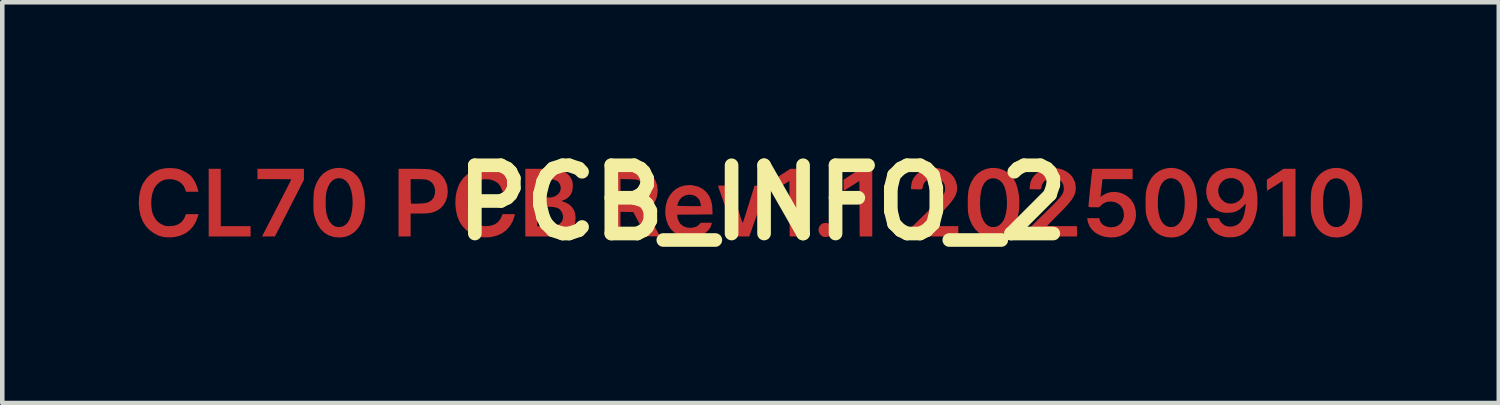
<source format=kicad_pcb>
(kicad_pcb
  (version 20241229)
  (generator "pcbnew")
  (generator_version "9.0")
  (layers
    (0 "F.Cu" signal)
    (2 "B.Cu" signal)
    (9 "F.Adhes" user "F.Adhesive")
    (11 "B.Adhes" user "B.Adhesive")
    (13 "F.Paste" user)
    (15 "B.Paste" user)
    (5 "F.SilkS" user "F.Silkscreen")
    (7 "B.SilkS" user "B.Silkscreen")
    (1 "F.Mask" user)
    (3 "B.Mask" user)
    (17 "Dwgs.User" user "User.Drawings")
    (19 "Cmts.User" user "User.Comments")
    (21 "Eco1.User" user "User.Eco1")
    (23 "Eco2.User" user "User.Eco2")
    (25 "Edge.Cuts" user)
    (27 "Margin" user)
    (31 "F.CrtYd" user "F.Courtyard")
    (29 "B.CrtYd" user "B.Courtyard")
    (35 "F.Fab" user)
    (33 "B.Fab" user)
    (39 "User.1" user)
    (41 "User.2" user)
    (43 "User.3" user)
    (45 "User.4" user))
  (footprint "PCB_INFO_2"
    (layer "F.Cu")
    (at 13.708 1.404)
    (property "Reference" "PCB_INFO_2" (at 0 0 0) (layer "F.SilkS") (effects (font (size 1.5 1.5) (thickness 0.3))))
    (attr board_only exclude_from_pos_files exclude_from_bom)
    (fp_poly (pts (xy -11.906 -0.113) (xy -11.906 0.517) (xy -11.578 0.517) (xy -11.25 0.517) (xy -11.25 0.63) (xy -11.25 0.744) (xy -11.71 0.744) (xy -12.171 0.744) (xy -12.171 -0.000001) (xy -12.171 -0.744) (xy -12.038 -0.744) (xy -11.906 -0.744)) (stroke (width 0) (type solid)) (fill yes) (layers "F.Cu" "F.Mask"))
    (fp_poly (pts (xy 1.411 0.445) (xy 1.465 0.464) (xy 1.509 0.501) (xy 1.537 0.549) (xy 1.544 0.593) (xy 1.534 0.659) (xy 1.505 0.709) (xy 1.459 0.742) (xy 1.398 0.756) (xy 1.387 0.756) (xy 1.345 0.753) (xy 1.313 0.738) (xy 1.284 0.715) (xy 1.248 0.667) (xy 1.232 0.615) (xy 1.236 0.562) (xy 1.257 0.514) (xy 1.292 0.475) (xy 1.34 0.451) (xy 1.399 0.444)) (stroke (width 0) (type solid)) (fill yes) (layers "F.Cu" "F.Mask"))
    (fp_poly (pts (xy 0.876 -0.000001) (xy 0.876 0.744) (xy 0.738 0.744) (xy 0.599 0.744) (xy 0.596 0.133) (xy 0.592 -0.477) (xy 0.426 -0.371) (xy 0.369 -0.335) (xy 0.319 -0.304) (xy 0.281 -0.28) (xy 0.258 -0.267) (xy 0.253 -0.265) (xy 0.25 -0.276) (xy 0.247 -0.308) (xy 0.246 -0.354) (xy 0.246 -0.385) (xy 0.246 -0.505) (xy 0.429 -0.624) (xy 0.613 -0.744) (xy 0.744 -0.744) (xy 0.876 -0.744)) (stroke (width 0) (type solid)) (fill yes) (layers "F.Cu" "F.Mask"))
    (fp_poly (pts (xy 2.414 -0.000001) (xy 2.414 0.744) (xy 2.275 0.744) (xy 2.137 0.744) (xy 2.134 0.133) (xy 2.13 -0.477) (xy 1.964 -0.371) (xy 1.907 -0.335) (xy 1.857 -0.304) (xy 1.819 -0.28) (xy 1.796 -0.267) (xy 1.791 -0.265) (xy 1.788 -0.276) (xy 1.785 -0.308) (xy 1.784 -0.354) (xy 1.784 -0.385) (xy 1.784 -0.505) (xy 1.967 -0.624) (xy 2.15 -0.744) (xy 2.282 -0.744) (xy 2.414 -0.744)) (stroke (width 0) (type solid)) (fill yes) (layers "F.Cu" "F.Mask"))
    (fp_poly (pts (xy 11.717 -0.000001) (xy 11.717 0.744) (xy 11.578 0.744) (xy 11.44 0.744) (xy 11.436 0.133) (xy 11.433 -0.477) (xy 11.267 -0.371) (xy 11.21 -0.335) (xy 11.16 -0.304) (xy 11.122 -0.28) (xy 11.098 -0.267) (xy 11.094 -0.265) (xy 11.091 -0.276) (xy 11.088 -0.308) (xy 11.087 -0.354) (xy 11.087 -0.385) (xy 11.087 -0.505) (xy 11.27 -0.624) (xy 11.453 -0.744) (xy 11.585 -0.744) (xy 11.717 -0.744)) (stroke (width 0) (type solid)) (fill yes) (layers "F.Cu" "F.Mask"))
    (fp_poly (pts (xy -10.078 -0.623) (xy -10.078 -0.503) (xy -10.396 0.12) (xy -10.715 0.743) (xy -10.857 0.743) (xy -10.999 0.744) (xy -10.981 0.709) (xy -10.972 0.691) (xy -10.953 0.654) (xy -10.924 0.598) (xy -10.887 0.526) (xy -10.843 0.441) (xy -10.794 0.345) (xy -10.739 0.24) (xy -10.682 0.128) (xy -10.659 0.085) (xy -10.601 -0.028) (xy -10.547 -0.134) (xy -10.497 -0.231) (xy -10.453 -0.317) (xy -10.416 -0.39) (xy -10.387 -0.447) (xy -10.367 -0.488) (xy -10.356 -0.508) (xy -10.355 -0.511) (xy -10.367 -0.512) (xy -10.402 -0.514) (xy -10.455 -0.515) (xy -10.524 -0.516) (xy -10.606 -0.516) (xy -10.697 -0.517) (xy -10.727 -0.517) (xy -11.099 -0.517) (xy -11.099 -0.63) (xy -11.099 -0.744) (xy -10.589 -0.744) (xy -10.078 -0.744)) (stroke (width 0) (type solid)) (fill yes) (layers "F.Cu" "F.Mask"))
    (fp_poly (pts (xy -0.837 -0.375) (xy -0.696 -0.372) (xy -0.569 0.041) (xy -0.539 0.137) (xy -0.511 0.225) (xy -0.486 0.302) (xy -0.465 0.365) (xy -0.448 0.411) (xy -0.437 0.438) (xy -0.433 0.444) (xy -0.427 0.43) (xy -0.415 0.395) (xy -0.398 0.342) (xy -0.375 0.273) (xy -0.349 0.191) (xy -0.321 0.1) (xy -0.299 0.032) (xy -0.174 -0.372) (xy -0.037 -0.372) (xy 0.025 -0.371) (xy 0.065 -0.369) (xy 0.087 -0.366) (xy 0.097 -0.359) (xy 0.097 -0.353) (xy 0.092 -0.337) (xy 0.08 -0.301) (xy 0.061 -0.245) (xy 0.036 -0.173) (xy 0.006 -0.088) (xy -0.029 0.009) (xy -0.066 0.115) (xy -0.098 0.205) (xy -0.29 0.744) (xy -0.436 0.744) (xy -0.583 0.744) (xy -0.78 0.192) (xy -0.82 0.079) (xy -0.857 -0.026) (xy -0.891 -0.121) (xy -0.92 -0.204) (xy -0.944 -0.273) (xy -0.962 -0.325) (xy -0.974 -0.358) (xy -0.977 -0.37) (xy -0.965 -0.373) (xy -0.933 -0.375) (xy -0.886 -0.376)) (stroke (width 0) (type solid)) (fill yes) (layers "F.Cu" "F.Mask"))
    (fp_poly (pts (xy -7.594 -0.743) (xy -7.508 -0.742) (xy -7.431 -0.74) (xy -7.367 -0.737) (xy -7.322 -0.733) (xy -7.303 -0.731) (xy -7.197 -0.699) (xy -7.105 -0.648) (xy -7.03 -0.578) (xy -6.973 -0.491) (xy -6.934 -0.388) (xy -6.924 -0.342) (xy -6.916 -0.233) (xy -6.929 -0.128) (xy -6.961 -0.031) (xy -7.011 0.055) (xy -7.078 0.126) (xy -7.141 0.169) (xy -7.192 0.194) (xy -7.243 0.213) (xy -7.297 0.226) (xy -7.362 0.234) (xy -7.441 0.238) (xy -7.535 0.239) (xy -7.733 0.24) (xy -7.733 0.492) (xy -7.733 0.744) (xy -7.866 0.744) (xy -7.998 0.744) (xy -7.998 -0.000001) (xy -7.998 -0.254) (xy -7.733 -0.254) (xy -7.733 -0.175) (xy -7.732 -0.105) (xy -7.73 -0.047) (xy -7.728 -0.005) (xy -7.725 0.016) (xy -7.724 0.018) (xy -7.708 0.022) (xy -7.673 0.023) (xy -7.622 0.023) (xy -7.562 0.022) (xy -7.555 0.021) (xy -7.475 0.017) (xy -7.415 0.01) (xy -7.371 0.001) (xy -7.34 -0.01) (xy -7.275 -0.051) (xy -7.228 -0.109) (xy -7.201 -0.18) (xy -7.194 -0.261) (xy -7.196 -0.282) (xy -7.216 -0.364) (xy -7.255 -0.428) (xy -7.312 -0.476) (xy -7.379 -0.504) (xy -7.41 -0.509) (xy -7.458 -0.513) (xy -7.519 -0.516) (xy -7.579 -0.517) (xy -7.733 -0.517) (xy -7.733 -0.254) (xy -7.998 -0.254) (xy -7.998 -0.744) (xy -7.685 -0.744)) (stroke (width 0) (type solid)) (fill yes) (layers "F.Cu" "F.Mask"))
    (fp_poly (pts (xy 3.85 -0.759) (xy 3.87 -0.756) (xy 3.981 -0.728) (xy 4.077 -0.682) (xy 4.157 -0.621) (xy 4.217 -0.544) (xy 4.258 -0.455) (xy 4.277 -0.358) (xy 4.278 -0.3) (xy 4.272 -0.244) (xy 4.256 -0.189) (xy 4.23 -0.132) (xy 4.191 -0.07) (xy 4.139 -0.002) (xy 4.072 0.076) (xy 3.988 0.165) (xy 3.893 0.261) (xy 3.829 0.325) (xy 3.771 0.383) (xy 3.722 0.433) (xy 3.684 0.472) (xy 3.659 0.498) (xy 3.649 0.51) (xy 3.649 0.51) (xy 3.661 0.512) (xy 3.695 0.513) (xy 3.748 0.515) (xy 3.816 0.516) (xy 3.895 0.517) (xy 3.977 0.517) (xy 4.305 0.517) (xy 4.305 0.63) (xy 4.305 0.744) (xy 3.788 0.744) (xy 3.271 0.744) (xy 3.271 0.646) (xy 3.271 0.548) (xy 3.611 0.214) (xy 3.707 0.119) (xy 3.787 0.039) (xy 3.852 -0.028) (xy 3.904 -0.084) (xy 3.943 -0.13) (xy 3.972 -0.17) (xy 3.992 -0.204) (xy 4.005 -0.235) (xy 4.012 -0.265) (xy 4.015 -0.296) (xy 4.015 -0.315) (xy 4.004 -0.39) (xy 3.973 -0.451) (xy 3.92 -0.498) (xy 3.873 -0.523) (xy 3.804 -0.54) (xy 3.733 -0.539) (xy 3.666 -0.521) (xy 3.607 -0.488) (xy 3.561 -0.443) (xy 3.533 -0.387) (xy 3.529 -0.368) (xy 3.523 -0.333) (xy 3.515 -0.31) (xy 3.501 -0.297) (xy 3.476 -0.292) (xy 3.434 -0.291) (xy 3.388 -0.293) (xy 3.265 -0.296) (xy 3.267 -0.362) (xy 3.283 -0.454) (xy 3.32 -0.537) (xy 3.377 -0.61) (xy 3.449 -0.671) (xy 3.535 -0.718) (xy 3.633 -0.749) (xy 3.739 -0.764)) (stroke (width 0) (type solid)) (fill yes) (layers "F.Cu" "F.Mask"))
    (fp_poly (pts (xy 6.46 -0.759) (xy 6.479 -0.756) (xy 6.591 -0.728) (xy 6.687 -0.682) (xy 6.766 -0.621) (xy 6.827 -0.544) (xy 6.867 -0.455) (xy 6.886 -0.358) (xy 6.887 -0.3) (xy 6.881 -0.244) (xy 6.865 -0.189) (xy 6.839 -0.132) (xy 6.801 -0.07) (xy 6.749 -0.002) (xy 6.681 0.076) (xy 6.598 0.165) (xy 6.502 0.261) (xy 6.438 0.325) (xy 6.38 0.383) (xy 6.331 0.433) (xy 6.293 0.472) (xy 6.268 0.498) (xy 6.259 0.51) (xy 6.259 0.51) (xy 6.271 0.512) (xy 6.305 0.513) (xy 6.357 0.515) (xy 6.425 0.516) (xy 6.505 0.517) (xy 6.586 0.517) (xy 6.914 0.517) (xy 6.914 0.63) (xy 6.914 0.744) (xy 6.397 0.744) (xy 5.88 0.744) (xy 5.88 0.646) (xy 5.88 0.548) (xy 6.22 0.214) (xy 6.317 0.119) (xy 6.397 0.039) (xy 6.462 -0.028) (xy 6.513 -0.084) (xy 6.552 -0.13) (xy 6.581 -0.17) (xy 6.601 -0.204) (xy 6.614 -0.235) (xy 6.621 -0.265) (xy 6.624 -0.296) (xy 6.624 -0.315) (xy 6.614 -0.39) (xy 6.582 -0.451) (xy 6.529 -0.498) (xy 6.483 -0.523) (xy 6.413 -0.54) (xy 6.343 -0.539) (xy 6.276 -0.521) (xy 6.217 -0.488) (xy 6.171 -0.443) (xy 6.143 -0.387) (xy 6.138 -0.368) (xy 6.132 -0.333) (xy 6.125 -0.31) (xy 6.111 -0.297) (xy 6.085 -0.292) (xy 6.044 -0.291) (xy 5.997 -0.293) (xy 5.874 -0.296) (xy 5.877 -0.362) (xy 5.892 -0.454) (xy 5.93 -0.537) (xy 5.986 -0.61) (xy 6.058 -0.671) (xy 6.145 -0.718) (xy 6.242 -0.749) (xy 6.348 -0.764)) (stroke (width 0) (type solid)) (fill yes) (layers "F.Cu" "F.Mask"))
    (fp_poly (pts (xy -2.948 -0.743) (xy -2.854 -0.742) (xy -2.777 -0.738) (xy -2.716 -0.733) (xy -2.666 -0.726) (xy -2.623 -0.715) (xy -2.585 -0.702) (xy -2.547 -0.684) (xy -2.546 -0.684) (xy -2.462 -0.629) (xy -2.394 -0.557) (xy -2.344 -0.471) (xy -2.313 -0.375) (xy -2.302 -0.272) (xy -2.312 -0.164) (xy -2.333 -0.085) (xy -2.359 -0.031) (xy -2.402 0.027) (xy -2.452 0.081) (xy -2.504 0.123) (xy -2.512 0.128) (xy -2.542 0.145) (xy -2.56 0.157) (xy -2.563 0.159) (xy -2.558 0.17) (xy -2.543 0.199) (xy -2.519 0.244) (xy -2.49 0.3) (xy -2.455 0.365) (xy -2.418 0.434) (xy -2.38 0.504) (xy -2.344 0.572) (xy -2.31 0.634) (xy -2.281 0.686) (xy -2.259 0.726) (xy -2.254 0.735) (xy -2.263 0.738) (xy -2.293 0.741) (xy -2.34 0.742) (xy -2.397 0.741) (xy -2.401 0.741) (xy -2.554 0.737) (xy -2.697 0.473) (xy -2.839 0.208) (xy -2.979 0.204) (xy -3.12 0.201) (xy -3.12 0.472) (xy -3.12 0.744) (xy -3.252 0.744) (xy -3.385 0.744) (xy -3.385 -0.000001) (xy -3.385 -0.271) (xy -3.12 -0.271) (xy -3.12 -0.022) (xy -2.934 -0.027) (xy -2.86 -0.029) (xy -2.806 -0.032) (xy -2.768 -0.036) (xy -2.739 -0.042) (xy -2.715 -0.051) (xy -2.692 -0.063) (xy -2.638 -0.103) (xy -2.604 -0.152) (xy -2.587 -0.215) (xy -2.584 -0.265) (xy -2.591 -0.343) (xy -2.614 -0.403) (xy -2.653 -0.45) (xy -2.698 -0.479) (xy -2.725 -0.492) (xy -2.752 -0.501) (xy -2.783 -0.507) (xy -2.825 -0.511) (xy -2.882 -0.513) (xy -2.94 -0.515) (xy -3.12 -0.519) (xy -3.12 -0.271) (xy -3.385 -0.271) (xy -3.385 -0.744) (xy -3.064 -0.744)) (stroke (width 0) (type solid)) (fill yes) (layers "F.Cu" "F.Mask"))
    (fp_poly (pts (xy -12.961 -0.758) (xy -12.867 -0.747) (xy -12.813 -0.733) (xy -12.733 -0.701) (xy -12.654 -0.658) (xy -12.586 -0.61) (xy -12.575 -0.601) (xy -12.526 -0.544) (xy -12.479 -0.47) (xy -12.439 -0.385) (xy -12.41 -0.295) (xy -12.405 -0.274) (xy -12.397 -0.24) (xy -12.534 -0.24) (xy -12.671 -0.24) (xy -12.685 -0.288) (xy -12.721 -0.366) (xy -12.776 -0.43) (xy -12.848 -0.477) (xy -12.935 -0.506) (xy -12.996 -0.514) (xy -13.082 -0.514) (xy -13.154 -0.499) (xy -13.222 -0.468) (xy -13.245 -0.453) (xy -13.314 -0.392) (xy -13.368 -0.313) (xy -13.406 -0.215) (xy -13.428 -0.101) (xy -13.433 -0.006) (xy -13.43 0.09) (xy -13.42 0.169) (xy -13.403 0.236) (xy -13.376 0.3) (xy -13.375 0.302) (xy -13.334 0.371) (xy -13.288 0.422) (xy -13.23 0.463) (xy -13.202 0.478) (xy -13.152 0.501) (xy -13.109 0.512) (xy -13.059 0.517) (xy -13.034 0.517) (xy -12.932 0.507) (xy -12.845 0.479) (xy -12.774 0.431) (xy -12.721 0.366) (xy -12.699 0.322) (xy -12.67 0.252) (xy -12.534 0.252) (xy -12.397 0.252) (xy -12.405 0.287) (xy -12.446 0.407) (xy -12.506 0.512) (xy -12.584 0.601) (xy -12.678 0.672) (xy -12.787 0.723) (xy -12.909 0.754) (xy -12.988 0.762) (xy -13.049 0.763) (xy -13.11 0.761) (xy -13.16 0.757) (xy -13.166 0.755) (xy -13.276 0.724) (xy -13.381 0.67) (xy -13.476 0.598) (xy -13.557 0.511) (xy -13.619 0.412) (xy -13.624 0.403) (xy -13.669 0.284) (xy -13.697 0.154) (xy -13.708 0.019) (xy -13.702 -0.117) (xy -13.68 -0.247) (xy -13.641 -0.367) (xy -13.607 -0.435) (xy -13.534 -0.539) (xy -13.444 -0.625) (xy -13.34 -0.693) (xy -13.244 -0.732) (xy -13.159 -0.751) (xy -13.062 -0.76)) (stroke (width 0) (type solid)) (fill yes) (layers "F.Cu" "F.Mask"))
    (fp_poly (pts (xy -6.003 -0.758) (xy -5.909 -0.747) (xy -5.855 -0.733) (xy -5.775 -0.701) (xy -5.696 -0.658) (xy -5.628 -0.61) (xy -5.617 -0.601) (xy -5.567 -0.544) (xy -5.521 -0.47) (xy -5.481 -0.385) (xy -5.452 -0.295) (xy -5.446 -0.274) (xy -5.439 -0.24) (xy -5.576 -0.24) (xy -5.713 -0.24) (xy -5.727 -0.288) (xy -5.763 -0.366) (xy -5.818 -0.43) (xy -5.89 -0.477) (xy -5.977 -0.506) (xy -6.038 -0.514) (xy -6.124 -0.514) (xy -6.196 -0.499) (xy -6.263 -0.468) (xy -6.287 -0.453) (xy -6.356 -0.392) (xy -6.41 -0.313) (xy -6.448 -0.215) (xy -6.469 -0.101) (xy -6.474 -0.006) (xy -6.472 0.09) (xy -6.462 0.169) (xy -6.444 0.236) (xy -6.418 0.3) (xy -6.417 0.302) (xy -6.376 0.371) (xy -6.33 0.422) (xy -6.272 0.463) (xy -6.243 0.478) (xy -6.194 0.501) (xy -6.151 0.512) (xy -6.101 0.517) (xy -6.076 0.517) (xy -5.973 0.507) (xy -5.887 0.479) (xy -5.816 0.431) (xy -5.763 0.366) (xy -5.741 0.322) (xy -5.712 0.252) (xy -5.575 0.252) (xy -5.439 0.252) (xy -5.447 0.287) (xy -5.488 0.407) (xy -5.548 0.512) (xy -5.626 0.601) (xy -5.72 0.672) (xy -5.829 0.723) (xy -5.951 0.754) (xy -6.03 0.762) (xy -6.091 0.763) (xy -6.152 0.761) (xy -6.202 0.757) (xy -6.208 0.755) (xy -6.318 0.724) (xy -6.423 0.67) (xy -6.518 0.598) (xy -6.599 0.511) (xy -6.661 0.412) (xy -6.665 0.403) (xy -6.711 0.284) (xy -6.739 0.154) (xy -6.75 0.019) (xy -6.744 -0.117) (xy -6.721 -0.247) (xy -6.682 -0.367) (xy -6.649 -0.435) (xy -6.576 -0.539) (xy -6.486 -0.625) (xy -6.382 -0.693) (xy -6.286 -0.732) (xy -6.201 -0.751) (xy -6.104 -0.76)) (stroke (width 0) (type solid)) (fill yes) (layers "F.Cu" "F.Mask"))
    (fp_poly (pts (xy -1.525 -0.38) (xy -1.414 -0.352) (xy -1.318 -0.305) (xy -1.239 -0.239) (xy -1.177 -0.157) (xy -1.169 -0.142) (xy -1.136 -0.066) (xy -1.114 0.013) (xy -1.102 0.103) (xy -1.1 0.158) (xy -1.097 0.258) (xy -1.484 0.262) (xy -1.872 0.265) (xy -1.872 0.295) (xy -1.864 0.343) (xy -1.844 0.399) (xy -1.816 0.449) (xy -1.799 0.471) (xy -1.737 0.519) (xy -1.661 0.547) (xy -1.588 0.554) (xy -1.516 0.547) (xy -1.452 0.526) (xy -1.404 0.495) (xy -1.386 0.474) (xy -1.375 0.459) (xy -1.362 0.449) (xy -1.342 0.444) (xy -1.308 0.442) (xy -1.256 0.441) (xy -1.239 0.441) (xy -1.112 0.441) (xy -1.12 0.482) (xy -1.144 0.544) (xy -1.189 0.605) (xy -1.25 0.661) (xy -1.324 0.708) (xy -1.377 0.732) (xy -1.444 0.75) (xy -1.526 0.761) (xy -1.612 0.765) (xy -1.692 0.761) (xy -1.74 0.752) (xy -1.849 0.713) (xy -1.941 0.654) (xy -2.017 0.578) (xy -2.074 0.485) (xy -2.114 0.377) (xy -2.134 0.254) (xy -2.136 0.189) (xy -2.126 0.066) (xy -2.125 0.065) (xy -1.872 0.065) (xy -1.86 0.068) (xy -1.826 0.071) (xy -1.775 0.073) (xy -1.71 0.075) (xy -1.634 0.076) (xy -1.612 0.076) (xy -1.352 0.076) (xy -1.359 0.024) (xy -1.379 -0.045) (xy -1.416 -0.099) (xy -1.466 -0.139) (xy -1.525 -0.165) (xy -1.589 -0.175) (xy -1.655 -0.17) (xy -1.719 -0.149) (xy -1.776 -0.113) (xy -1.822 -0.061) (xy -1.853 -0.001) (xy -1.864 0.034) (xy -1.871 0.059) (xy -1.872 0.065) (xy -2.125 0.065) (xy -2.095 -0.046) (xy -2.046 -0.145) (xy -1.982 -0.23) (xy -1.903 -0.298) (xy -1.811 -0.348) (xy -1.709 -0.378) (xy -1.599 -0.387)) (stroke (width 0) (type solid)) (fill yes) (layers "F.Cu" "F.Mask"))
    (fp_poly (pts (xy 5.205 -0.749) (xy 5.302 -0.715) (xy 5.391 -0.662) (xy 5.471 -0.59) (xy 5.523 -0.521) (xy 5.572 -0.426) (xy 5.609 -0.313) (xy 5.634 -0.187) (xy 5.647 -0.054) (xy 5.646 0.081) (xy 5.632 0.214) (xy 5.605 0.339) (xy 5.601 0.35) (xy 5.554 0.469) (xy 5.491 0.569) (xy 5.413 0.649) (xy 5.323 0.71) (xy 5.222 0.749) (xy 5.111 0.766) (xy 4.993 0.76) (xy 4.948 0.752) (xy 4.844 0.717) (xy 4.752 0.66) (xy 4.673 0.582) (xy 4.607 0.485) (xy 4.557 0.37) (xy 4.543 0.324) (xy 4.532 0.283) (xy 4.524 0.244) (xy 4.518 0.202) (xy 4.515 0.152) (xy 4.514 0.088) (xy 4.513 0.005) (xy 4.513 -0.000001) (xy 4.782 -0.000001) (xy 4.786 0.123) (xy 4.799 0.225) (xy 4.821 0.312) (xy 4.853 0.388) (xy 4.856 0.394) (xy 4.906 0.464) (xy 4.965 0.511) (xy 5.032 0.535) (xy 5.108 0.535) (xy 5.143 0.528) (xy 5.198 0.501) (xy 5.251 0.455) (xy 5.296 0.395) (xy 5.324 0.336) (xy 5.353 0.233) (xy 5.37 0.116) (xy 5.375 -0.007) (xy 5.368 -0.13) (xy 5.35 -0.246) (xy 5.32 -0.347) (xy 5.313 -0.363) (xy 5.271 -0.434) (xy 5.217 -0.488) (xy 5.154 -0.522) (xy 5.086 -0.537) (xy 5.017 -0.53) (xy 4.95 -0.501) (xy 4.939 -0.493) (xy 4.882 -0.437) (xy 4.838 -0.359) (xy 4.807 -0.26) (xy 4.789 -0.14) (xy 4.782 -0.000001) (xy 4.513 -0.000001) (xy 4.514 -0.103) (xy 4.519 -0.187) (xy 4.527 -0.256) (xy 4.54 -0.318) (xy 4.559 -0.377) (xy 4.585 -0.439) (xy 4.596 -0.463) (xy 4.654 -0.559) (xy 4.727 -0.636) (xy 4.812 -0.696) (xy 4.905 -0.737) (xy 5.004 -0.76) (xy 5.105 -0.764)) (stroke (width 0) (type solid)) (fill yes) (layers "F.Cu" "F.Mask"))
    (fp_poly (pts (xy 9.113 -0.749) (xy 9.21 -0.715) (xy 9.299 -0.662) (xy 9.379 -0.59) (xy 9.431 -0.521) (xy 9.48 -0.426) (xy 9.517 -0.313) (xy 9.542 -0.187) (xy 9.554 -0.054) (xy 9.554 0.081) (xy 9.54 0.214) (xy 9.512 0.339) (xy 9.509 0.35) (xy 9.462 0.469) (xy 9.398 0.569) (xy 9.321 0.649) (xy 9.231 0.71) (xy 9.129 0.749) (xy 9.019 0.766) (xy 8.9 0.76) (xy 8.855 0.752) (xy 8.752 0.717) (xy 8.66 0.66) (xy 8.58 0.582) (xy 8.515 0.485) (xy 8.464 0.37) (xy 8.45 0.324) (xy 8.439 0.283) (xy 8.431 0.244) (xy 8.426 0.202) (xy 8.423 0.152) (xy 8.421 0.088) (xy 8.421 0.005) (xy 8.421 -0.000001) (xy 8.69 -0.000001) (xy 8.694 0.123) (xy 8.707 0.225) (xy 8.729 0.312) (xy 8.76 0.388) (xy 8.764 0.394) (xy 8.813 0.464) (xy 8.872 0.511) (xy 8.94 0.535) (xy 9.015 0.535) (xy 9.051 0.528) (xy 9.106 0.501) (xy 9.159 0.455) (xy 9.204 0.395) (xy 9.232 0.336) (xy 9.261 0.233) (xy 9.278 0.116) (xy 9.283 -0.007) (xy 9.276 -0.13) (xy 9.257 -0.246) (xy 9.227 -0.347) (xy 9.221 -0.363) (xy 9.179 -0.434) (xy 9.125 -0.488) (xy 9.062 -0.522) (xy 8.994 -0.537) (xy 8.925 -0.53) (xy 8.858 -0.501) (xy 8.846 -0.493) (xy 8.79 -0.437) (xy 8.746 -0.359) (xy 8.715 -0.26) (xy 8.696 -0.14) (xy 8.69 -0.000001) (xy 8.421 -0.000001) (xy 8.422 -0.103) (xy 8.426 -0.187) (xy 8.434 -0.256) (xy 8.448 -0.318) (xy 8.467 -0.377) (xy 8.493 -0.439) (xy 8.504 -0.463) (xy 8.562 -0.559) (xy 8.635 -0.636) (xy 8.72 -0.696) (xy 8.813 -0.737) (xy 8.912 -0.76) (xy 9.013 -0.764)) (stroke (width 0) (type solid)) (fill yes) (layers "F.Cu" "F.Mask"))
    (fp_poly (pts (xy 12.743 -0.749) (xy 12.84 -0.715) (xy 12.93 -0.662) (xy 13.009 -0.59) (xy 13.061 -0.521) (xy 13.11 -0.426) (xy 13.147 -0.313) (xy 13.172 -0.187) (xy 13.185 -0.054) (xy 13.184 0.081) (xy 13.171 0.214) (xy 13.143 0.339) (xy 13.139 0.35) (xy 13.092 0.469) (xy 13.029 0.569) (xy 12.951 0.649) (xy 12.861 0.71) (xy 12.76 0.749) (xy 12.649 0.766) (xy 12.531 0.76) (xy 12.486 0.752) (xy 12.382 0.717) (xy 12.29 0.66) (xy 12.211 0.582) (xy 12.145 0.485) (xy 12.095 0.37) (xy 12.081 0.324) (xy 12.07 0.283) (xy 12.062 0.244) (xy 12.056 0.202) (xy 12.053 0.152) (xy 12.052 0.088) (xy 12.051 0.005) (xy 12.051 -0.000001) (xy 12.321 -0.000001) (xy 12.325 0.123) (xy 12.337 0.225) (xy 12.359 0.312) (xy 12.391 0.388) (xy 12.394 0.394) (xy 12.444 0.464) (xy 12.503 0.511) (xy 12.57 0.535) (xy 12.646 0.535) (xy 12.681 0.528) (xy 12.736 0.501) (xy 12.789 0.455) (xy 12.834 0.395) (xy 12.862 0.336) (xy 12.891 0.233) (xy 12.908 0.116) (xy 12.913 -0.007) (xy 12.906 -0.13) (xy 12.888 -0.246) (xy 12.858 -0.347) (xy 12.851 -0.363) (xy 12.81 -0.434) (xy 12.755 -0.488) (xy 12.692 -0.522) (xy 12.625 -0.537) (xy 12.555 -0.53) (xy 12.488 -0.501) (xy 12.477 -0.493) (xy 12.42 -0.437) (xy 12.376 -0.359) (xy 12.345 -0.26) (xy 12.327 -0.14) (xy 12.321 -0.000001) (xy 12.051 -0.000001) (xy 12.053 -0.103) (xy 12.057 -0.187) (xy 12.065 -0.256) (xy 12.078 -0.318) (xy 12.097 -0.377) (xy 12.123 -0.439) (xy 12.135 -0.463) (xy 12.193 -0.559) (xy 12.265 -0.636) (xy 12.35 -0.696) (xy 12.443 -0.737) (xy 12.542 -0.76) (xy 12.643 -0.764)) (stroke (width 0) (type solid)) (fill yes) (layers "F.Cu" "F.Mask"))
    (fp_poly (pts (xy -9.177 -0.749) (xy -9.081 -0.715) (xy -8.991 -0.662) (xy -8.912 -0.59) (xy -8.86 -0.521) (xy -8.811 -0.426) (xy -8.774 -0.313) (xy -8.749 -0.187) (xy -8.736 -0.054) (xy -8.737 0.081) (xy -8.75 0.214) (xy -8.778 0.339) (xy -8.782 0.35) (xy -8.829 0.469) (xy -8.892 0.569) (xy -8.97 0.649) (xy -9.06 0.71) (xy -9.161 0.749) (xy -9.272 0.766) (xy -9.39 0.76) (xy -9.435 0.752) (xy -9.539 0.717) (xy -9.631 0.66) (xy -9.71 0.582) (xy -9.775 0.485) (xy -9.826 0.37) (xy -9.84 0.324) (xy -9.851 0.283) (xy -9.859 0.244) (xy -9.865 0.202) (xy -9.868 0.152) (xy -9.869 0.088) (xy -9.87 0.005) (xy -9.87 -0.000001) (xy -9.87 -0.001) (xy -9.6 -0.001) (xy -9.598 0.092) (xy -9.592 0.177) (xy -9.581 0.245) (xy -9.581 0.246) (xy -9.549 0.347) (xy -9.506 0.427) (xy -9.454 0.486) (xy -9.392 0.524) (xy -9.321 0.538) (xy -9.244 0.529) (xy -9.24 0.528) (xy -9.176 0.497) (xy -9.121 0.445) (xy -9.076 0.371) (xy -9.042 0.279) (xy -9.019 0.169) (xy -9.008 0.044) (xy -9.007 -0.006) (xy -9.014 -0.136) (xy -9.034 -0.25) (xy -9.066 -0.347) (xy -9.109 -0.426) (xy -9.162 -0.485) (xy -9.226 -0.523) (xy -9.247 -0.53) (xy -9.321 -0.538) (xy -9.39 -0.523) (xy -9.452 -0.486) (xy -9.505 -0.427) (xy -9.548 -0.348) (xy -9.58 -0.25) (xy -9.581 -0.246) (xy -9.592 -0.178) (xy -9.598 -0.094) (xy -9.6 -0.001) (xy -9.87 -0.001) (xy -9.868 -0.103) (xy -9.864 -0.187) (xy -9.856 -0.256) (xy -9.843 -0.318) (xy -9.824 -0.377) (xy -9.798 -0.439) (xy -9.786 -0.463) (xy -9.728 -0.559) (xy -9.656 -0.636) (xy -9.571 -0.696) (xy -9.478 -0.737) (xy -9.379 -0.76) (xy -9.278 -0.764)) (stroke (width 0) (type solid)) (fill yes) (layers "F.Cu" "F.Mask"))
    (fp_poly (pts (xy 8.137 -0.63) (xy 8.137 -0.517) (xy 7.805 -0.517) (xy 7.474 -0.517) (xy 7.458 -0.369) (xy 7.451 -0.305) (xy 7.444 -0.246) (xy 7.438 -0.199) (xy 7.435 -0.173) (xy 7.428 -0.126) (xy 7.492 -0.169) (xy 7.578 -0.212) (xy 7.671 -0.234) (xy 7.766 -0.236) (xy 7.861 -0.218) (xy 7.951 -0.183) (xy 8.033 -0.131) (xy 8.103 -0.064) (xy 8.156 0.018) (xy 8.174 0.058) (xy 8.204 0.17) (xy 8.211 0.279) (xy 8.197 0.381) (xy 8.163 0.475) (xy 8.111 0.559) (xy 8.042 0.632) (xy 7.96 0.691) (xy 7.865 0.734) (xy 7.76 0.76) (xy 7.646 0.766) (xy 7.525 0.75) (xy 7.524 0.75) (xy 7.417 0.717) (xy 7.325 0.666) (xy 7.249 0.601) (xy 7.191 0.524) (xy 7.155 0.435) (xy 7.146 0.394) (xy 7.138 0.34) (xy 7.271 0.34) (xy 7.404 0.34) (xy 7.412 0.378) (xy 7.437 0.436) (xy 7.482 0.484) (xy 7.543 0.519) (xy 7.617 0.538) (xy 7.664 0.541) (xy 7.751 0.531) (xy 7.824 0.499) (xy 7.882 0.45) (xy 7.922 0.385) (xy 7.943 0.308) (xy 7.944 0.23) (xy 7.924 0.148) (xy 7.884 0.079) (xy 7.826 0.026) (xy 7.754 -0.009) (xy 7.67 -0.025) (xy 7.652 -0.025) (xy 7.567 -0.015) (xy 7.496 0.016) (xy 7.452 0.052) (xy 7.403 0.101) (xy 7.284 0.101) (xy 7.229 0.101) (xy 7.195 0.099) (xy 7.176 0.095) (xy 7.168 0.087) (xy 7.166 0.074) (xy 7.166 0.073) (xy 7.168 0.052) (xy 7.171 0.01) (xy 7.177 -0.049) (xy 7.184 -0.121) (xy 7.192 -0.202) (xy 7.201 -0.289) (xy 7.211 -0.378) (xy 7.22 -0.463) (xy 7.228 -0.543) (xy 7.236 -0.612) (xy 7.242 -0.666) (xy 7.247 -0.703) (xy 7.249 -0.715) (xy 7.255 -0.744) (xy 7.696 -0.744) (xy 8.137 -0.744)) (stroke (width 0) (type solid)) (fill yes) (layers "F.Cu" "F.Mask"))
    (fp_poly (pts (xy 10.389 -0.756) (xy 10.493 -0.731) (xy 10.589 -0.689) (xy 10.674 -0.63) (xy 10.725 -0.577) (xy 10.782 -0.495) (xy 10.825 -0.404) (xy 10.855 -0.3) (xy 10.874 -0.18) (xy 10.88 -0.101) (xy 10.88 0.051) (xy 10.863 0.193) (xy 10.831 0.324) (xy 10.784 0.442) (xy 10.723 0.544) (xy 10.649 0.629) (xy 10.562 0.694) (xy 10.487 0.73) (xy 10.404 0.752) (xy 10.309 0.763) (xy 10.213 0.761) (xy 10.146 0.751) (xy 10.037 0.715) (xy 9.945 0.66) (xy 9.871 0.587) (xy 9.813 0.495) (xy 9.774 0.386) (xy 9.771 0.375) (xy 9.762 0.34) (xy 9.9 0.34) (xy 9.96 0.341) (xy 10 0.342) (xy 10.024 0.345) (xy 10.037 0.352) (xy 10.043 0.362) (xy 10.045 0.371) (xy 10.066 0.415) (xy 10.104 0.458) (xy 10.151 0.495) (xy 10.172 0.506) (xy 10.246 0.526) (xy 10.324 0.525) (xy 10.4 0.504) (xy 10.468 0.464) (xy 10.519 0.412) (xy 10.558 0.344) (xy 10.588 0.257) (xy 10.609 0.156) (xy 10.615 0.112) (xy 10.624 0.019) (xy 10.562 0.084) (xy 10.492 0.147) (xy 10.419 0.189) (xy 10.337 0.214) (xy 10.248 0.224) (xy 10.148 0.222) (xy 10.062 0.203) (xy 9.982 0.166) (xy 9.941 0.138) (xy 9.867 0.07) (xy 9.812 -0.012) (xy 9.774 -0.104) (xy 9.755 -0.203) (xy 9.755 -0.225) (xy 10.019 -0.225) (xy 10.038 -0.152) (xy 10.079 -0.085) (xy 10.095 -0.067) (xy 10.159 -0.013) (xy 10.229 0.016) (xy 10.306 0.022) (xy 10.374 0.011) (xy 10.417 -0.006) (xy 10.463 -0.033) (xy 10.481 -0.047) (xy 10.537 -0.107) (xy 10.57 -0.174) (xy 10.582 -0.251) (xy 10.582 -0.26) (xy 10.571 -0.344) (xy 10.539 -0.416) (xy 10.489 -0.474) (xy 10.424 -0.515) (xy 10.347 -0.538) (xy 10.269 -0.539) (xy 10.19 -0.521) (xy 10.125 -0.483) (xy 10.074 -0.431) (xy 10.038 -0.368) (xy 10.019 -0.298) (xy 10.019 -0.225) (xy 9.755 -0.225) (xy 9.755 -0.304) (xy 9.774 -0.404) (xy 9.812 -0.498) (xy 9.869 -0.583) (xy 9.895 -0.612) (xy 9.977 -0.677) (xy 10.071 -0.724) (xy 10.174 -0.752) (xy 10.281 -0.763)) (stroke (width 0) (type solid)) (fill yes) (layers "F.Cu" "F.Mask"))
    (fp_poly (pts (xy -4.764 -0.743) (xy -4.67 -0.742) (xy -4.593 -0.738) (xy -4.531 -0.733) (xy -4.479 -0.725) (xy -4.436 -0.714) (xy -4.396 -0.699) (xy -4.356 -0.68) (xy -4.338 -0.671) (xy -4.276 -0.625) (xy -4.223 -0.563) (xy -4.185 -0.493) (xy -4.183 -0.488) (xy -4.175 -0.454) (xy -4.169 -0.406) (xy -4.167 -0.359) (xy -4.176 -0.266) (xy -4.206 -0.189) (xy -4.255 -0.126) (xy -4.286 -0.101) (xy -4.318 -0.079) (xy -4.341 -0.066) (xy -4.347 -0.063) (xy -4.362 -0.059) (xy -4.389 -0.049) (xy -4.407 -0.041) (xy -4.411 -0.035) (xy -4.397 -0.028) (xy -4.363 -0.016) (xy -4.347 -0.011) (xy -4.266 0.027) (xy -4.197 0.085) (xy -4.144 0.159) (xy -4.137 0.175) (xy -4.117 0.238) (xy -4.108 0.313) (xy -4.11 0.391) (xy -4.122 0.463) (xy -4.138 0.505) (xy -4.192 0.587) (xy -4.265 0.653) (xy -4.356 0.702) (xy -4.424 0.724) (xy -4.453 0.73) (xy -4.489 0.735) (xy -4.536 0.739) (xy -4.596 0.741) (xy -4.673 0.743) (xy -4.77 0.744) (xy -4.856 0.744) (xy -5.212 0.744) (xy -5.212 0.304) (xy -4.948 0.304) (xy -4.948 0.519) (xy -4.737 0.515) (xy -4.657 0.513) (xy -4.598 0.51) (xy -4.555 0.507) (xy -4.525 0.502) (xy -4.502 0.495) (xy -4.483 0.485) (xy -4.481 0.485) (xy -4.426 0.439) (xy -4.393 0.383) (xy -4.381 0.318) (xy -4.394 0.247) (xy -4.404 0.219) (xy -4.429 0.176) (xy -4.462 0.142) (xy -4.504 0.118) (xy -4.561 0.102) (xy -4.635 0.092) (xy -4.729 0.088) (xy -4.767 0.088) (xy -4.948 0.088) (xy -4.948 0.304) (xy -5.212 0.304) (xy -5.212 -0.000001) (xy -5.212 -0.315) (xy -4.948 -0.315) (xy -4.948 -0.113) (xy -4.78 -0.113) (xy -4.71 -0.114) (xy -4.66 -0.115) (xy -4.623 -0.119) (xy -4.595 -0.126) (xy -4.568 -0.136) (xy -4.548 -0.146) (xy -4.489 -0.187) (xy -4.451 -0.24) (xy -4.433 -0.301) (xy -4.438 -0.366) (xy -4.448 -0.394) (xy -4.471 -0.436) (xy -4.501 -0.468) (xy -4.542 -0.491) (xy -4.597 -0.506) (xy -4.669 -0.514) (xy -4.762 -0.517) (xy -4.779 -0.517) (xy -4.948 -0.517) (xy -4.948 -0.315) (xy -5.212 -0.315) (xy -5.212 -0.744) (xy -4.881 -0.744)) (stroke (width 0) (type solid)) (fill yes) (layers "F.Cu" "F.Mask")))
  (gr_rect
    (start -3 -3)
    (end 29.893 5.808)
    (stroke (width 0.1) (type default))
    (fill no)
    (layer "Edge.Cuts")))
</source>
